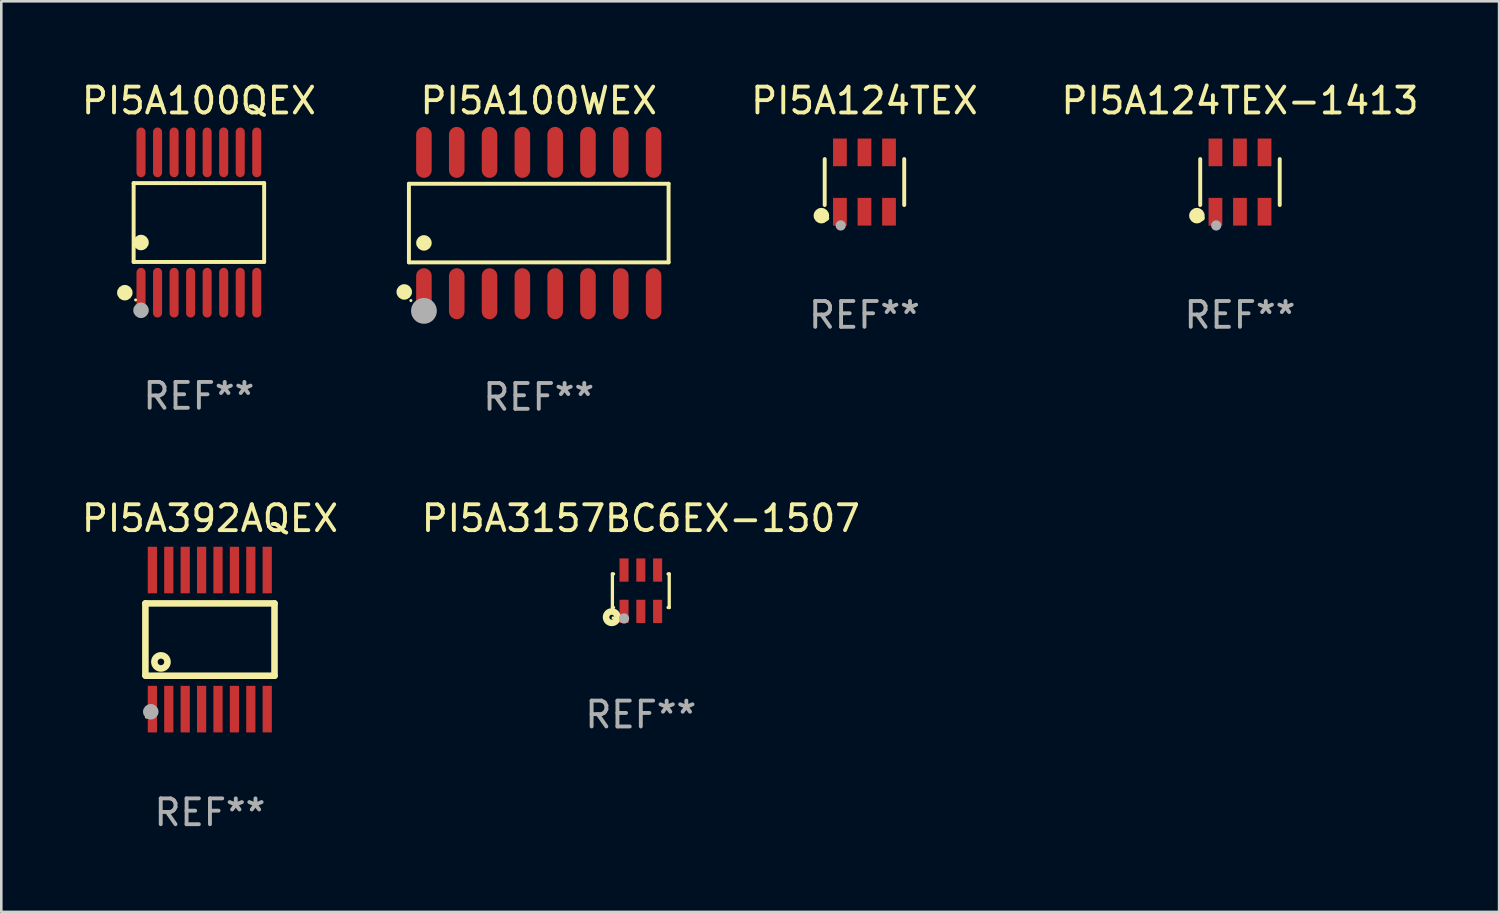
<source format=kicad_pcb>
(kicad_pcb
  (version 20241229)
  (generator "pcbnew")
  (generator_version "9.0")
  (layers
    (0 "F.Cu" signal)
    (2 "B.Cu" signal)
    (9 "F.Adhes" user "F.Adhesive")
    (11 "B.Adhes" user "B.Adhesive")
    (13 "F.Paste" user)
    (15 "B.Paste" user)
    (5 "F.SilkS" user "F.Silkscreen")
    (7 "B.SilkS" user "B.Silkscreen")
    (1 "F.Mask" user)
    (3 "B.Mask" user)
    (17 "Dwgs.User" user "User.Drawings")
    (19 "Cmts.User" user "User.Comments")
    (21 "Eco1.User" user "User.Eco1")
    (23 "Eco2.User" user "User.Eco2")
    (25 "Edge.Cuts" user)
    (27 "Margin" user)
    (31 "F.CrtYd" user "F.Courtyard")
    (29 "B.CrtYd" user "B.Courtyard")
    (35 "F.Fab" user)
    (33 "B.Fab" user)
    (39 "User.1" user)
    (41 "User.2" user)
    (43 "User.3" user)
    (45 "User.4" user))
  (footprint "PI5A100QEX"
    (layer "F.Cu")
    (at 4.649 5.564)
    (property "Reference" "PI5A100QEX" (at 0 -4.716 0) (layer "F.SilkS") (effects (font (size 1 1) (thickness 0.15))))
    (attr through_hole)
    (fp_line (start -2.526 -1.526) (end 2.526 -1.526) (stroke (width 0.152) (type solid)) (layer "F.SilkS"))
    (fp_line (start -2.526 1.526) (end -2.526 -1.526) (stroke (width 0.152) (type solid)) (layer "F.SilkS"))
    (fp_line (start 2.526 -1.526) (end 2.526 1.526) (stroke (width 0.152) (type solid)) (layer "F.SilkS"))
    (fp_line (start 2.526 1.526) (end -2.526 1.526) (stroke (width 0.152) (type solid)) (layer "F.SilkS"))
    (fp_circle (center -2.867 2.716) (end -2.717 2.716) (stroke (width 0.3) (type solid)) (fill no) (layer "F.SilkS"))
    (fp_circle (center -2.45 2.997) (end -2.42 2.997) (stroke (width 0.06) (type solid)) (fill no) (layer "F.SilkS"))
    (fp_circle (center -2.24 0.774) (end -2.09 0.774) (stroke (width 0.3) (type solid)) (fill no) (layer "F.SilkS"))
    (fp_circle (center -2.24 3.398) (end -2.09 3.398) (stroke (width 0.3) (type solid)) (fill no) (layer "F.Fab"))
    (fp_text user "REF**" (at 0 6.716 0) (layer "F.Fab") (effects (font (size 1 1) (thickness 0.15))))
    (pad "1" smd oval (at -2.24 2.716) (size 0.35 1.922) (layers "F.Cu" "F.Mask" "F.Paste"))
    (pad "2" smd oval (at -1.6 2.716) (size 0.35 1.922) (layers "F.Cu" "F.Mask" "F.Paste"))
    (pad "3" smd oval (at -0.96 2.716) (size 0.35 1.922) (layers "F.Cu" "F.Mask" "F.Paste"))
    (pad "4" smd oval (at -0.32 2.716) (size 0.35 1.922) (layers "F.Cu" "F.Mask" "F.Paste"))
    (pad "5" smd oval (at 0.32 2.716) (size 0.35 1.922) (layers "F.Cu" "F.Mask" "F.Paste"))
    (pad "6" smd oval (at 0.96 2.716) (size 0.35 1.922) (layers "F.Cu" "F.Mask" "F.Paste"))
    (pad "7" smd oval (at 1.6 2.716) (size 0.35 1.922) (layers "F.Cu" "F.Mask" "F.Paste"))
    (pad "8" smd oval (at 2.24 2.716) (size 0.35 1.922) (layers "F.Cu" "F.Mask" "F.Paste"))
    (pad "9" smd oval (at 2.24 -2.716) (size 0.35 1.922) (layers "F.Cu" "F.Mask" "F.Paste"))
    (pad "10" smd oval (at 1.6 -2.716) (size 0.35 1.922) (layers "F.Cu" "F.Mask" "F.Paste"))
    (pad "11" smd oval (at 0.96 -2.716) (size 0.35 1.922) (layers "F.Cu" "F.Mask" "F.Paste"))
    (pad "12" smd oval (at 0.32 -2.716) (size 0.35 1.922) (layers "F.Cu" "F.Mask" "F.Paste"))
    (pad "13" smd oval (at -0.32 -2.716) (size 0.35 1.922) (layers "F.Cu" "F.Mask" "F.Paste"))
    (pad "14" smd oval (at -0.96 -2.716) (size 0.35 1.922) (layers "F.Cu" "F.Mask" "F.Paste"))
    (pad "15" smd oval (at -1.6 -2.716) (size 0.35 1.922) (layers "F.Cu" "F.Mask" "F.Paste"))
    (pad "16" smd oval (at -2.24 -2.716) (size 0.35 1.922) (layers "F.Cu" "F.Mask" "F.Paste")))
  (footprint "PI5A3157BC6EX-1507"
    (layer "F.Cu")
    (at 21.756 19.816)
    (property "Reference" "PI5A3157BC6EX-1507" (at 0 -2.8 0) (layer "F.SilkS") (effects (font (size 1 1) (thickness 0.15))))
    (attr through_hole)
    (fp_line (start -1.1 -0.65) (end -1.1 0.65) (stroke (width 0.127) (type solid)) (layer "F.SilkS"))
    (fp_line (start -1.1 -0.65) (end -1.056 -0.65) (stroke (width 0.127) (type solid)) (layer "F.SilkS"))
    (fp_line (start -1.1 0.65) (end -1.056 0.65) (stroke (width 0.127) (type solid)) (layer "F.SilkS"))
    (fp_line (start 1.056 -0.65) (end 1.1 -0.65) (stroke (width 0.127) (type solid)) (layer "F.SilkS"))
    (fp_line (start 1.056 0.65) (end 1.1 0.65) (stroke (width 0.127) (type solid)) (layer "F.SilkS"))
    (fp_line (start 1.1 -0.65) (end 1.1 0.65) (stroke (width 0.127) (type solid)) (layer "F.SilkS"))
    (fp_circle (center -1.125 1.025) (end -1.031 1.025) (stroke (width 0.254) (type solid)) (fill no) (layer "F.SilkS"))
    (fp_circle (center -1.075 1.05) (end -1.045 1.05) (stroke (width 0.06) (type solid)) (fill no) (layer "F.SilkS"))
    (fp_circle (center -0.65 1.075) (end -0.55 1.075) (stroke (width 0.2) (type solid)) (fill no) (layer "F.Fab"))
    (fp_text user "REF**" (at 0 4.8 0) (layer "F.Fab") (effects (font (size 1 1) (thickness 0.15))))
    (pad "1" smd rect (at -0.65 0.8) (size 0.35 0.9) (layers "F.Cu" "F.Mask" "F.Paste"))
    (pad "2" smd rect (at 0.000025 0.8) (size 0.35 0.9) (layers "F.Cu" "F.Mask" "F.Paste"))
    (pad "3" smd rect (at 0.65 0.8) (size 0.35 0.9) (layers "F.Cu" "F.Mask" "F.Paste"))
    (pad "4" smd rect (at 0.65 -0.8) (size 0.35 0.9) (layers "F.Cu" "F.Mask" "F.Paste"))
    (pad "5" smd rect (at 0.000025 -0.8) (size 0.35 0.9) (layers "F.Cu" "F.Mask" "F.Paste"))
    (pad "6" smd rect (at -0.65 -0.8) (size 0.35 0.9) (layers "F.Cu" "F.Mask" "F.Paste")))
  (footprint "PI5A124TEX-1413"
    (layer "F.Cu")
    (at 44.949 3.997)
    (property "Reference" "PI5A124TEX-1413" (at 0 -3.149 0) (layer "F.SilkS") (effects (font (size 1 1) (thickness 0.15))))
    (attr through_hole)
    (fp_line (start -1.539 0.889) (end -1.539 -0.889) (stroke (width 0.152) (type solid)) (layer "F.SilkS"))
    (fp_line (start 1.539 0.889) (end 1.539 -0.889) (stroke (width 0.152) (type solid)) (layer "F.SilkS"))
    (fp_circle (center -1.668 1.301) (end -1.518 1.301) (stroke (width 0.3) (type solid)) (fill no) (layer "F.SilkS"))
    (fp_circle (center -1.463 1.4) (end -1.413 1.4) (stroke (width 0.1) (type solid)) (fill no) (layer "F.SilkS"))
    (fp_circle (center -0.92 1.68) (end -0.82 1.68) (stroke (width 0.2) (type solid)) (fill no) (layer "F.Fab"))
    (fp_text user "REF**" (at 0 5.149 0) (layer "F.Fab") (effects (font (size 1 1) (thickness 0.15))))
    (pad "1" smd rect (at -0.95 1.149) (size 0.532 1.072) (layers "F.Cu" "F.Mask" "F.Paste"))
    (pad "2" smd rect (at 0 1.149) (size 0.532 1.072) (layers "F.Cu" "F.Mask" "F.Paste"))
    (pad "3" smd rect (at 0.95 1.149) (size 0.532 1.072) (layers "F.Cu" "F.Mask" "F.Paste"))
    (pad "4" smd rect (at 0.95 -1.149) (size 0.532 1.072) (layers "F.Cu" "F.Mask" "F.Paste"))
    (pad "5" smd rect (at 0 -1.149) (size 0.532 1.072) (layers "F.Cu" "F.Mask" "F.Paste"))
    (pad "6" smd rect (at -0.95 -1.149) (size 0.532 1.072) (layers "F.Cu" "F.Mask" "F.Paste")))
  (footprint "PI5A124TEX"
    (layer "F.Cu")
    (at 30.413 3.997)
    (property "Reference" "PI5A124TEX" (at 0 -3.149 0) (layer "F.SilkS") (effects (font (size 1 1) (thickness 0.15))))
    (attr through_hole)
    (fp_line (start -1.539 0.889) (end -1.539 -0.889) (stroke (width 0.152) (type solid)) (layer "F.SilkS"))
    (fp_line (start 1.539 0.889) (end 1.539 -0.889) (stroke (width 0.152) (type solid)) (layer "F.SilkS"))
    (fp_circle (center -1.668 1.301) (end -1.518 1.301) (stroke (width 0.3) (type solid)) (fill no) (layer "F.SilkS"))
    (fp_circle (center -1.463 1.4) (end -1.413 1.4) (stroke (width 0.1) (type solid)) (fill no) (layer "F.SilkS"))
    (fp_circle (center -0.92 1.68) (end -0.82 1.68) (stroke (width 0.2) (type solid)) (fill no) (layer "F.Fab"))
    (fp_text user "REF**" (at 0 5.149 0) (layer "F.Fab") (effects (font (size 1 1) (thickness 0.15))))
    (pad "1" smd rect (at -0.95 1.149) (size 0.532 1.072) (layers "F.Cu" "F.Mask" "F.Paste"))
    (pad "2" smd rect (at 0 1.149) (size 0.532 1.072) (layers "F.Cu" "F.Mask" "F.Paste"))
    (pad "3" smd rect (at 0.95 1.149) (size 0.532 1.072) (layers "F.Cu" "F.Mask" "F.Paste"))
    (pad "4" smd rect (at 0.95 -1.149) (size 0.532 1.072) (layers "F.Cu" "F.Mask" "F.Paste"))
    (pad "5" smd rect (at 0 -1.149) (size 0.532 1.072) (layers "F.Cu" "F.Mask" "F.Paste"))
    (pad "6" smd rect (at -0.95 -1.149) (size 0.532 1.072) (layers "F.Cu" "F.Mask" "F.Paste")))
  (footprint "PI5A392AQEX"
    (layer "F.Cu")
    (at 5.077 21.708)
    (property "Reference" "PI5A392AQEX" (at 0 -4.692 0) (layer "F.SilkS") (effects (font (size 1 1) (thickness 0.15))))
    (attr through_hole)
    (fp_line (start -2.499 1.372) (end -2.499 -1.4) (stroke (width 0.254) (type solid)) (layer "F.SilkS"))
    (fp_line (start 2.499 -1.4) (end -2.499 -1.4) (stroke (width 0.254) (type solid)) (layer "F.SilkS"))
    (fp_line (start 2.499 1.4) (end -2.499 1.4) (stroke (width 0.254) (type solid)) (layer "F.SilkS"))
    (fp_line (start 2.499 1.4) (end 2.499 -1.4) (stroke (width 0.254) (type solid)) (layer "F.SilkS"))
    (fp_circle (center -2.455 3) (end -2.425 3) (stroke (width 0.06) (type solid)) (fill no) (layer "F.SilkS"))
    (fp_circle (center -1.897 0.864) (end -1.643 0.864) (stroke (width 0.254) (type solid)) (fill no) (layer "F.SilkS"))
    (fp_circle (center -2.291 2.794) (end -2.141 2.794) (stroke (width 0.3) (type solid)) (fill no) (layer "F.Fab"))
    (fp_text user "REF**" (at 0 6.692 0) (layer "F.Fab") (effects (font (size 1 1) (thickness 0.15))))
    (pad "1" smd rect (at -2.228 2.692 90) (size 1.803 0.356) (layers "F.Cu" "F.Mask" "F.Paste"))
    (pad "2" smd rect (at -1.593 2.692 90) (size 1.803 0.356) (layers "F.Cu" "F.Mask" "F.Paste"))
    (pad "3" smd rect (at -0.958 2.692 90) (size 1.803 0.356) (layers "F.Cu" "F.Mask" "F.Paste"))
    (pad "4" smd rect (at -0.323 2.692 90) (size 1.803 0.356) (layers "F.Cu" "F.Mask" "F.Paste"))
    (pad "5" smd rect (at 0.312 2.692 90) (size 1.803 0.356) (layers "F.Cu" "F.Mask" "F.Paste"))
    (pad "6" smd rect (at 0.947 2.692 90) (size 1.803 0.356) (layers "F.Cu" "F.Mask" "F.Paste"))
    (pad "7" smd rect (at 1.582 2.692 90) (size 1.803 0.356) (layers "F.Cu" "F.Mask" "F.Paste"))
    (pad "8" smd rect (at 2.217 2.692 90) (size 1.803 0.356) (layers "F.Cu" "F.Mask" "F.Paste"))
    (pad "9" smd rect (at 2.217 -2.692 90) (size 1.803 0.356) (layers "F.Cu" "F.Mask" "F.Paste"))
    (pad "10" smd rect (at 1.582 -2.692 90) (size 1.803 0.356) (layers "F.Cu" "F.Mask" "F.Paste"))
    (pad "11" smd rect (at 0.947 -2.692 90) (size 1.803 0.356) (layers "F.Cu" "F.Mask" "F.Paste"))
    (pad "12" smd rect (at 0.312 -2.692 90) (size 1.803 0.356) (layers "F.Cu" "F.Mask" "F.Paste"))
    (pad "13" smd rect (at -0.323 -2.692 90) (size 1.803 0.356) (layers "F.Cu" "F.Mask" "F.Paste"))
    (pad "14" smd rect (at -0.958 -2.692 90) (size 1.803 0.356) (layers "F.Cu" "F.Mask" "F.Paste"))
    (pad "15" smd rect (at -1.593 -2.692 90) (size 1.803 0.356) (layers "F.Cu" "F.Mask" "F.Paste"))
    (pad "16" smd rect (at -2.228 -2.692 90) (size 1.803 0.356) (layers "F.Cu" "F.Mask" "F.Paste")))
  (footprint "PI5A100WEX"
    (layer "F.Cu")
    (at 17.805 5.584)
    (property "Reference" "PI5A100WEX" (at 0 -4.736 0) (layer "F.SilkS") (effects (font (size 1 1) (thickness 0.15))))
    (attr through_hole)
    (fp_line (start -5.026 -1.521) (end 5.026 -1.521) (stroke (width 0.152) (type solid)) (layer "F.SilkS"))
    (fp_line (start -5.026 1.521) (end -5.026 -1.521) (stroke (width 0.152) (type solid)) (layer "F.SilkS"))
    (fp_line (start 5.026 -1.521) (end 5.026 1.521) (stroke (width 0.152) (type solid)) (layer "F.SilkS"))
    (fp_line (start 5.026 1.521) (end -5.026 1.521) (stroke (width 0.152) (type solid)) (layer "F.SilkS"))
    (fp_circle (center -5.207 2.667) (end -5.057 2.667) (stroke (width 0.3) (type solid)) (fill no) (layer "F.SilkS"))
    (fp_circle (center -4.95 3) (end -4.92 3) (stroke (width 0.06) (type solid)) (fill no) (layer "F.SilkS"))
    (fp_circle (center -4.445 0.769) (end -4.295 0.769) (stroke (width 0.3) (type solid)) (fill no) (layer "F.SilkS"))
    (fp_circle (center -4.445 3.4) (end -4.195 3.4) (stroke (width 0.5) (type solid)) (fill no) (layer "F.Fab"))
    (fp_text user "REF**" (at 0 6.736 0) (layer "F.Fab") (effects (font (size 1 1) (thickness 0.15))))
    (pad "1" smd oval (at -4.445 2.736) (size 0.602 1.971) (layers "F.Cu" "F.Mask" "F.Paste"))
    (pad "2" smd oval (at -3.175 2.736) (size 0.602 1.971) (layers "F.Cu" "F.Mask" "F.Paste"))
    (pad "3" smd oval (at -1.905 2.736) (size 0.602 1.971) (layers "F.Cu" "F.Mask" "F.Paste"))
    (pad "4" smd oval (at -0.635 2.736) (size 0.602 1.971) (layers "F.Cu" "F.Mask" "F.Paste"))
    (pad "5" smd oval (at 0.635 2.736) (size 0.602 1.971) (layers "F.Cu" "F.Mask" "F.Paste"))
    (pad "6" smd oval (at 1.905 2.736) (size 0.602 1.971) (layers "F.Cu" "F.Mask" "F.Paste"))
    (pad "7" smd oval (at 3.175 2.736) (size 0.602 1.971) (layers "F.Cu" "F.Mask" "F.Paste"))
    (pad "8" smd oval (at 4.445 2.736) (size 0.602 1.971) (layers "F.Cu" "F.Mask" "F.Paste"))
    (pad "9" smd oval (at 4.445 -2.736) (size 0.602 1.971) (layers "F.Cu" "F.Mask" "F.Paste"))
    (pad "10" smd oval (at 3.175 -2.736) (size 0.602 1.971) (layers "F.Cu" "F.Mask" "F.Paste"))
    (pad "11" smd oval (at 1.905 -2.736) (size 0.602 1.971) (layers "F.Cu" "F.Mask" "F.Paste"))
    (pad "12" smd oval (at 0.635 -2.736) (size 0.602 1.971) (layers "F.Cu" "F.Mask" "F.Paste"))
    (pad "13" smd oval (at -0.635 -2.736) (size 0.602 1.971) (layers "F.Cu" "F.Mask" "F.Paste"))
    (pad "14" smd oval (at -1.905 -2.736) (size 0.602 1.971) (layers "F.Cu" "F.Mask" "F.Paste"))
    (pad "15" smd oval (at -3.175 -2.736) (size 0.602 1.971) (layers "F.Cu" "F.Mask" "F.Paste"))
    (pad "16" smd oval (at -4.445 -2.736) (size 0.602 1.971) (layers "F.Cu" "F.Mask" "F.Paste")))
  (gr_rect
    (start -3 -3)
    (end 54.979 32.249)
    (stroke (width 0.1) (type default))
    (fill no)
    (layer "Edge.Cuts")))
</source>
